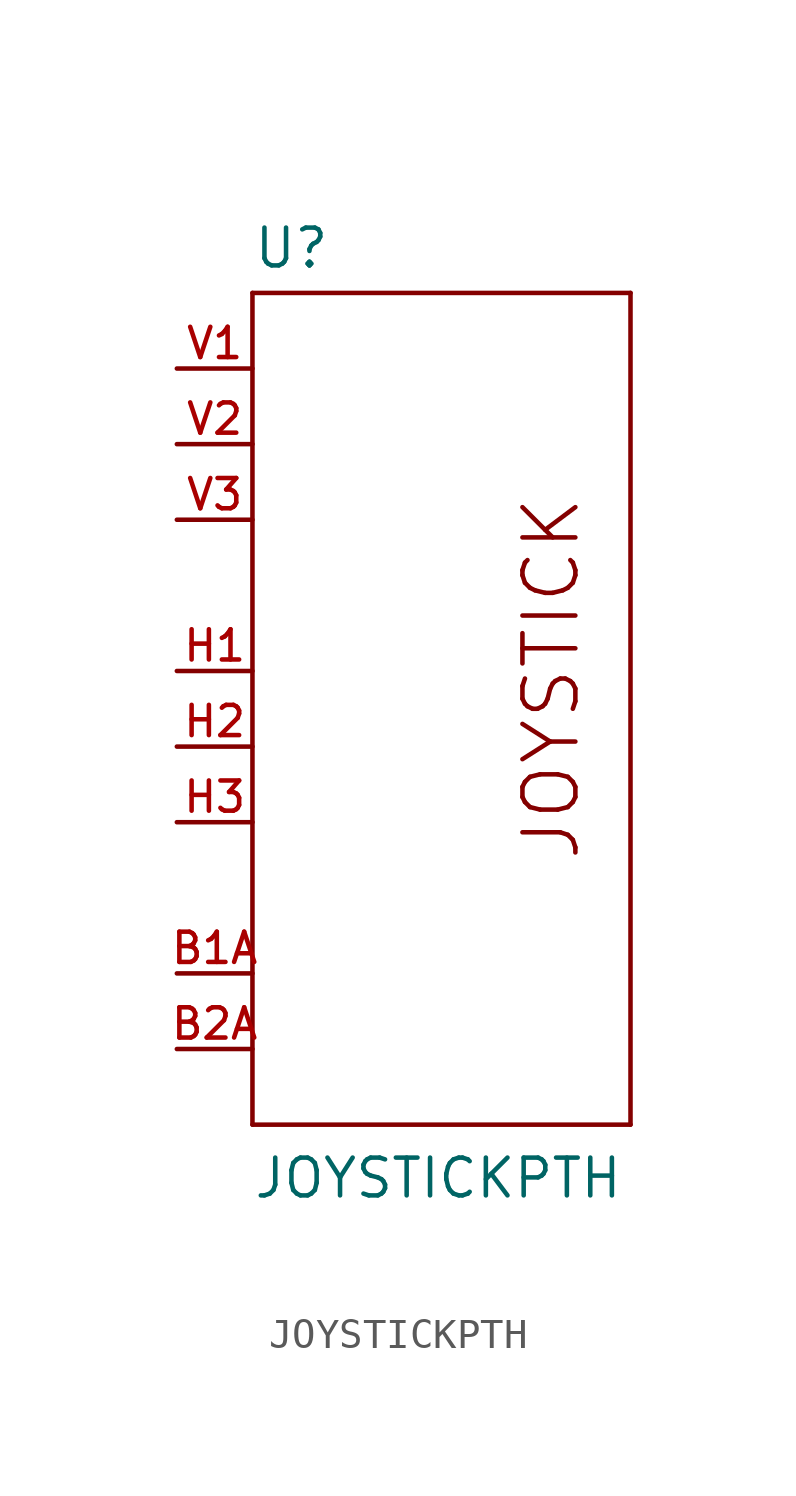
<source format=kicad_sym>
(kicad_symbol_lib
  (version 20211014)
  (generator kicad_symbol_editor)
  (symbol "JOYSTICKPTH"
    (pin_names
      (offset 1.016) hide)
    (property "Reference" "U"
      (at -7.62 13.462 0)
      (effects (font (size 1.27 1.27)) (justify left bottom)))
    (property "Value" "JOYSTICKPTH"
      (at -7.62 -17.78 0)
      (effects (font (size 1.27 1.27)) (justify left bottom)))
    (property "ki_locked" ""
      (at 0 0 0)
      (effects (font (size 1.27 1.27))))
    (symbol "JOYSTICKPTH_0_0"
      (pin bidirectional line (at -10.16 -10.16 0) (length 2.54) hide (name "SEL+" (effects (font (size 1.016 1.016)))) (number "B1B" (effects (font (size 1.016 1.016)))))
      (pin bidirectional line (at -10.16 -12.7 0) (length 2.54) hide (name "SEL-" (effects (font (size 1.016 1.016)))) (number "B2B" (effects (font (size 1.016 1.016))))))
    (symbol "JOYSTICKPTH_1_0"
      (polyline (pts (xy -7.62 -15.24) (xy -7.62 12.7)) (stroke (width 0) (type default) (color 0 0 0 0)) (fill (type none)))
      (polyline (pts (xy -7.62 12.7) (xy 5.08 12.7)) (stroke (width 0) (type default) (color 0 0 0 0)) (fill (type none)))
      (polyline (pts (xy 5.08 -15.24) (xy -7.62 -15.24)) (stroke (width 0) (type default) (color 0 0 0 0)) (fill (type none)))
      (polyline (pts (xy 5.08 12.7) (xy 5.08 -15.24)) (stroke (width 0) (type default) (color 0 0 0 0)) (fill (type none)))
      (text "JOYSTICK" (at 2.413 -0.254 900) (effects (font (size 1.778 1.778)))))
    (symbol "JOYSTICKPTH_1_1"
      (pin bidirectional line (at -10.16 -10.16 0) (length 2.54) (name "SEL+" (effects (font (size 1.016 1.016)))) (number "B1A" (effects (font (size 1.016 1.016)))))
      (pin bidirectional line (at -10.16 -12.7 0) (length 2.54) (name "SEL-" (effects (font (size 1.016 1.016)))) (number "B2A" (effects (font (size 1.016 1.016)))))
      (pin bidirectional line (at -10.16 0 0) (length 2.54) (name "H+" (effects (font (size 1.016 1.016)))) (number "H1" (effects (font (size 1.016 1.016)))))
      (pin bidirectional line (at -10.16 -2.54 0) (length 2.54) (name "H" (effects (font (size 1.016 1.016)))) (number "H2" (effects (font (size 1.016 1.016)))))
      (pin bidirectional line (at -10.16 -5.08 0) (length 2.54) (name "H-" (effects (font (size 1.016 1.016)))) (number "H3" (effects (font (size 1.016 1.016)))))
      (pin bidirectional line (at -10.16 10.16 0) (length 2.54) (name "V+" (effects (font (size 1.016 1.016)))) (number "V1" (effects (font (size 1.016 1.016)))))
      (pin bidirectional line (at -10.16 7.62 0) (length 2.54) (name "V" (effects (font (size 1.016 1.016)))) (number "V2" (effects (font (size 1.016 1.016)))))
      (pin bidirectional line (at -10.16 5.08 0) (length 2.54) (name "V-" (effects (font (size 1.016 1.016)))) (number "V3" (effects (font (size 1.016 1.016))))))))
</source>
